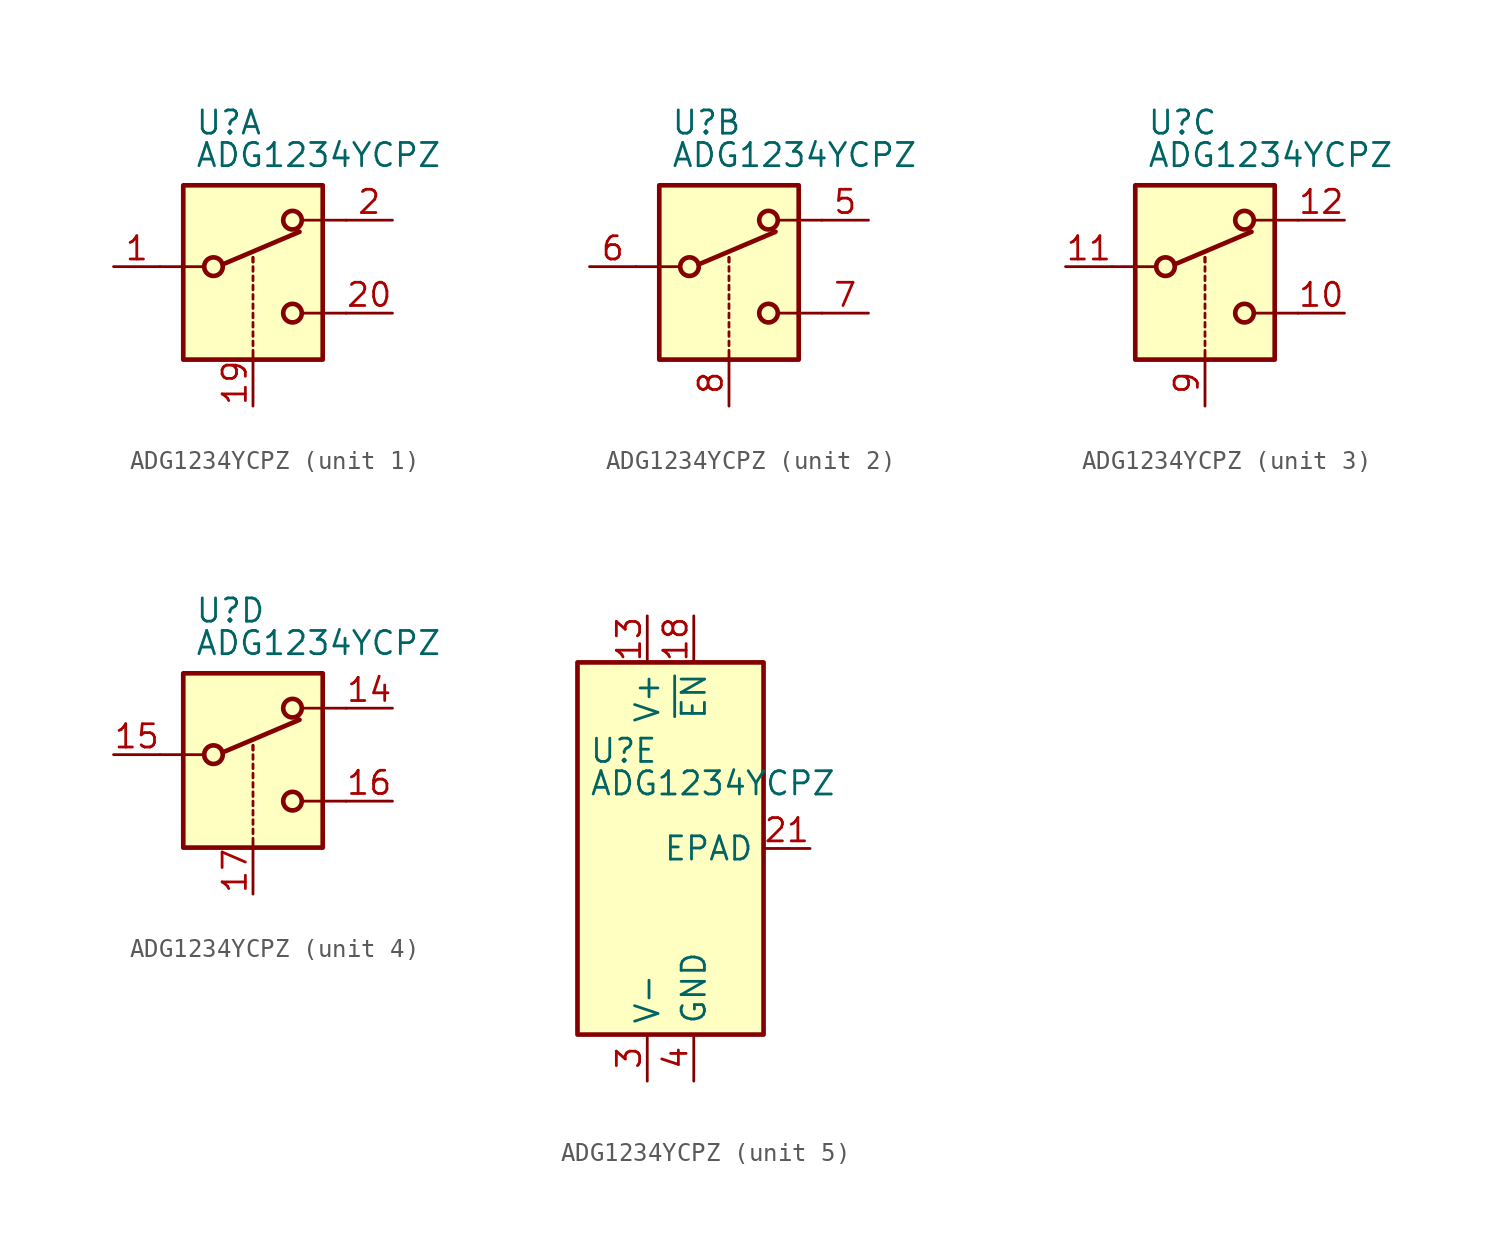
<source format=kicad_sym>
(kicad_symbol_lib
  (version 20220914)
  (generator kicad_symbol_editor)
  (symbol "ADG1234YCPZ"
    (property "Reference" "U"
      (at -3.175 5.334 0)
      (effects (font (size 1.27 1.27)) (justify left)))
    (property "Value" "ADG1234YCPZ"
      (at -3.175 3.556 0)
      (effects (font (size 1.27 1.27)) (justify left)))
    (property "ki_locked" ""
      (at 0 0 0)
      (effects (font (size 1.27 1.27))))
    (symbol "ADG1234YCPZ_1_1"
      (rectangle (start -3.81 1.905) (end 3.81 -7.62) (stroke (width 0.254) (type default)) (fill (type background)))
      (circle (center -2.159 -2.54) (radius 0.508) (stroke (width 0.254) (type default)) (fill (type none)))
      (polyline (pts (xy -5.08 -2.54) (xy -2.794 -2.54)) (stroke (width 0) (type default)) (fill (type none)))
      (polyline (pts (xy -1.651 -2.413) (xy 2.54 -0.635)) (stroke (width 0.254) (type default)) (fill (type none)))
      (polyline (pts (xy 0 -7.62) (xy 0 -7.112)) (stroke (width 0) (type default)) (fill (type none)))
      (polyline (pts (xy 0 -6.858) (xy 0 -6.604)) (stroke (width 0) (type default)) (fill (type none)))
      (polyline (pts (xy 0 -6.35) (xy 0 -6.096)) (stroke (width 0) (type default)) (fill (type none)))
      (polyline (pts (xy 0 -5.842) (xy 0 -5.588)) (stroke (width 0) (type default)) (fill (type none)))
      (polyline (pts (xy 0 -5.334) (xy 0 -5.08)) (stroke (width 0) (type default)) (fill (type none)))
      (polyline (pts (xy 0 -4.826) (xy 0 -4.572)) (stroke (width 0) (type default)) (fill (type none)))
      (polyline (pts (xy 0 -4.318) (xy 0 -4.064)) (stroke (width 0) (type default)) (fill (type none)))
      (polyline (pts (xy 0 -3.81) (xy 0 -3.556)) (stroke (width 0) (type default)) (fill (type none)))
      (polyline (pts (xy 0 -3.302) (xy 0 -3.048)) (stroke (width 0) (type default)) (fill (type none)))
      (polyline (pts (xy 0 -2.794) (xy 0 -2.54)) (stroke (width 0) (type default)) (fill (type none)))
      (polyline (pts (xy 0 -2.286) (xy 0 -2.032)) (stroke (width 0) (type default)) (fill (type none)))
      (polyline (pts (xy 0 -2.286) (xy 0 -2.032)) (stroke (width 0) (type default)) (fill (type none)))
      (polyline (pts (xy 5.08 -5.08) (xy 2.794 -5.08)) (stroke (width 0) (type default)) (fill (type none)))
      (polyline (pts (xy 5.08 0) (xy 2.794 0)) (stroke (width 0) (type default)) (fill (type none)))
      (circle (center 2.159 -5.08) (radius 0.508) (stroke (width 0.254) (type default)) (fill (type none)))
      (circle (center 2.159 0) (radius 0.508) (stroke (width 0.254) (type default)) (fill (type none)))
      (pin passive line (at -7.62 -2.54 0) (length 2.54) (name "~" (effects (font (size 1.27 1.27)))) (number "1" (effects (font (size 1.27 1.27)))))
      (pin input line (at 0 -10.16 90) (length 2.54) (name "~" (effects (font (size 1.27 1.27)))) (number "19" (effects (font (size 1.27 1.27)))))
      (pin passive line (at 7.62 0 180) (length 2.54) (name "~" (effects (font (size 1.27 1.27)))) (number "2" (effects (font (size 1.27 1.27)))))
      (pin passive line (at 7.62 -5.08 180) (length 2.54) (name "~" (effects (font (size 1.27 1.27)))) (number "20" (effects (font (size 1.27 1.27))))))
    (symbol "ADG1234YCPZ_2_1"
      (rectangle (start -3.81 1.905) (end 3.81 -7.62) (stroke (width 0.254) (type default)) (fill (type background)))
      (circle (center -2.159 -2.54) (radius 0.508) (stroke (width 0.254) (type default)) (fill (type none)))
      (polyline (pts (xy -5.08 -2.54) (xy -2.794 -2.54)) (stroke (width 0) (type default)) (fill (type none)))
      (polyline (pts (xy -1.651 -2.413) (xy 2.54 -0.635)) (stroke (width 0.254) (type default)) (fill (type none)))
      (polyline (pts (xy 0 -7.62) (xy 0 -7.112)) (stroke (width 0) (type default)) (fill (type none)))
      (polyline (pts (xy 0 -6.858) (xy 0 -6.604)) (stroke (width 0) (type default)) (fill (type none)))
      (polyline (pts (xy 0 -6.35) (xy 0 -6.096)) (stroke (width 0) (type default)) (fill (type none)))
      (polyline (pts (xy 0 -5.842) (xy 0 -5.588)) (stroke (width 0) (type default)) (fill (type none)))
      (polyline (pts (xy 0 -5.334) (xy 0 -5.08)) (stroke (width 0) (type default)) (fill (type none)))
      (polyline (pts (xy 0 -4.826) (xy 0 -4.572)) (stroke (width 0) (type default)) (fill (type none)))
      (polyline (pts (xy 0 -4.318) (xy 0 -4.064)) (stroke (width 0) (type default)) (fill (type none)))
      (polyline (pts (xy 0 -3.81) (xy 0 -3.556)) (stroke (width 0) (type default)) (fill (type none)))
      (polyline (pts (xy 0 -3.302) (xy 0 -3.048)) (stroke (width 0) (type default)) (fill (type none)))
      (polyline (pts (xy 0 -2.794) (xy 0 -2.54)) (stroke (width 0) (type default)) (fill (type none)))
      (polyline (pts (xy 0 -2.286) (xy 0 -2.032)) (stroke (width 0) (type default)) (fill (type none)))
      (polyline (pts (xy 0 -2.286) (xy 0 -2.032)) (stroke (width 0) (type default)) (fill (type none)))
      (polyline (pts (xy 5.08 -5.08) (xy 2.794 -5.08)) (stroke (width 0) (type default)) (fill (type none)))
      (polyline (pts (xy 5.08 0) (xy 2.794 0)) (stroke (width 0) (type default)) (fill (type none)))
      (circle (center 2.159 -5.08) (radius 0.508) (stroke (width 0.254) (type default)) (fill (type none)))
      (circle (center 2.159 0) (radius 0.508) (stroke (width 0.254) (type default)) (fill (type none)))
      (pin passive line (at 7.62 0 180) (length 2.54) (name "~" (effects (font (size 1.27 1.27)))) (number "5" (effects (font (size 1.27 1.27)))))
      (pin passive line (at -7.62 -2.54 0) (length 2.54) (name "~" (effects (font (size 1.27 1.27)))) (number "6" (effects (font (size 1.27 1.27)))))
      (pin passive line (at 7.62 -5.08 180) (length 2.54) (name "~" (effects (font (size 1.27 1.27)))) (number "7" (effects (font (size 1.27 1.27)))))
      (pin input line (at 0 -10.16 90) (length 2.54) (name "~" (effects (font (size 1.27 1.27)))) (number "8" (effects (font (size 1.27 1.27))))))
    (symbol "ADG1234YCPZ_3_1"
      (rectangle (start -3.81 1.905) (end 3.81 -7.62) (stroke (width 0.254) (type default)) (fill (type background)))
      (circle (center -2.159 -2.54) (radius 0.508) (stroke (width 0.254) (type default)) (fill (type none)))
      (polyline (pts (xy -5.08 -2.54) (xy -2.794 -2.54)) (stroke (width 0) (type default)) (fill (type none)))
      (polyline (pts (xy -1.651 -2.413) (xy 2.54 -0.635)) (stroke (width 0.254) (type default)) (fill (type none)))
      (polyline (pts (xy 0 -7.62) (xy 0 -7.112)) (stroke (width 0) (type default)) (fill (type none)))
      (polyline (pts (xy 0 -6.858) (xy 0 -6.604)) (stroke (width 0) (type default)) (fill (type none)))
      (polyline (pts (xy 0 -6.35) (xy 0 -6.096)) (stroke (width 0) (type default)) (fill (type none)))
      (polyline (pts (xy 0 -5.842) (xy 0 -5.588)) (stroke (width 0) (type default)) (fill (type none)))
      (polyline (pts (xy 0 -5.334) (xy 0 -5.08)) (stroke (width 0) (type default)) (fill (type none)))
      (polyline (pts (xy 0 -4.826) (xy 0 -4.572)) (stroke (width 0) (type default)) (fill (type none)))
      (polyline (pts (xy 0 -4.318) (xy 0 -4.064)) (stroke (width 0) (type default)) (fill (type none)))
      (polyline (pts (xy 0 -3.81) (xy 0 -3.556)) (stroke (width 0) (type default)) (fill (type none)))
      (polyline (pts (xy 0 -3.302) (xy 0 -3.048)) (stroke (width 0) (type default)) (fill (type none)))
      (polyline (pts (xy 0 -2.794) (xy 0 -2.54)) (stroke (width 0) (type default)) (fill (type none)))
      (polyline (pts (xy 0 -2.286) (xy 0 -2.032)) (stroke (width 0) (type default)) (fill (type none)))
      (polyline (pts (xy 0 -2.286) (xy 0 -2.032)) (stroke (width 0) (type default)) (fill (type none)))
      (polyline (pts (xy 5.08 -5.08) (xy 2.794 -5.08)) (stroke (width 0) (type default)) (fill (type none)))
      (polyline (pts (xy 5.08 0) (xy 2.794 0)) (stroke (width 0) (type default)) (fill (type none)))
      (circle (center 2.159 -5.08) (radius 0.508) (stroke (width 0.254) (type default)) (fill (type none)))
      (circle (center 2.159 0) (radius 0.508) (stroke (width 0.254) (type default)) (fill (type none)))
      (pin passive line (at 7.62 -5.08 180) (length 2.54) (name "~" (effects (font (size 1.27 1.27)))) (number "10" (effects (font (size 1.27 1.27)))))
      (pin passive line (at -7.62 -2.54 0) (length 2.54) (name "~" (effects (font (size 1.27 1.27)))) (number "11" (effects (font (size 1.27 1.27)))))
      (pin passive line (at 7.62 0 180) (length 2.54) (name "~" (effects (font (size 1.27 1.27)))) (number "12" (effects (font (size 1.27 1.27)))))
      (pin input line (at 0 -10.16 90) (length 2.54) (name "~" (effects (font (size 1.27 1.27)))) (number "9" (effects (font (size 1.27 1.27))))))
    (symbol "ADG1234YCPZ_4_1"
      (rectangle (start -3.81 1.905) (end 3.81 -7.62) (stroke (width 0.254) (type default)) (fill (type background)))
      (circle (center -2.159 -2.54) (radius 0.508) (stroke (width 0.254) (type default)) (fill (type none)))
      (polyline (pts (xy -5.08 -2.54) (xy -2.794 -2.54)) (stroke (width 0) (type default)) (fill (type none)))
      (polyline (pts (xy -1.651 -2.413) (xy 2.54 -0.635)) (stroke (width 0.254) (type default)) (fill (type none)))
      (polyline (pts (xy 0 -7.62) (xy 0 -7.112)) (stroke (width 0) (type default)) (fill (type none)))
      (polyline (pts (xy 0 -6.858) (xy 0 -6.604)) (stroke (width 0) (type default)) (fill (type none)))
      (polyline (pts (xy 0 -6.35) (xy 0 -6.096)) (stroke (width 0) (type default)) (fill (type none)))
      (polyline (pts (xy 0 -5.842) (xy 0 -5.588)) (stroke (width 0) (type default)) (fill (type none)))
      (polyline (pts (xy 0 -5.334) (xy 0 -5.08)) (stroke (width 0) (type default)) (fill (type none)))
      (polyline (pts (xy 0 -4.826) (xy 0 -4.572)) (stroke (width 0) (type default)) (fill (type none)))
      (polyline (pts (xy 0 -4.318) (xy 0 -4.064)) (stroke (width 0) (type default)) (fill (type none)))
      (polyline (pts (xy 0 -3.81) (xy 0 -3.556)) (stroke (width 0) (type default)) (fill (type none)))
      (polyline (pts (xy 0 -3.302) (xy 0 -3.048)) (stroke (width 0) (type default)) (fill (type none)))
      (polyline (pts (xy 0 -2.794) (xy 0 -2.54)) (stroke (width 0) (type default)) (fill (type none)))
      (polyline (pts (xy 0 -2.286) (xy 0 -2.032)) (stroke (width 0) (type default)) (fill (type none)))
      (polyline (pts (xy 0 -2.286) (xy 0 -2.032)) (stroke (width 0) (type default)) (fill (type none)))
      (polyline (pts (xy 5.08 -5.08) (xy 2.794 -5.08)) (stroke (width 0) (type default)) (fill (type none)))
      (polyline (pts (xy 5.08 0) (xy 2.794 0)) (stroke (width 0) (type default)) (fill (type none)))
      (circle (center 2.159 -5.08) (radius 0.508) (stroke (width 0.254) (type default)) (fill (type none)))
      (circle (center 2.159 0) (radius 0.508) (stroke (width 0.254) (type default)) (fill (type none)))
      (pin passive line (at 7.62 0 180) (length 2.54) (name "~" (effects (font (size 1.27 1.27)))) (number "14" (effects (font (size 1.27 1.27)))))
      (pin passive line (at -7.62 -2.54 0) (length 2.54) (name "~" (effects (font (size 1.27 1.27)))) (number "15" (effects (font (size 1.27 1.27)))))
      (pin passive line (at 7.62 -5.08 180) (length 2.54) (name "~" (effects (font (size 1.27 1.27)))) (number "16" (effects (font (size 1.27 1.27)))))
      (pin input line (at 0 -10.16 90) (length 2.54) (name "~" (effects (font (size 1.27 1.27)))) (number "17" (effects (font (size 1.27 1.27))))))
    (symbol "ADG1234YCPZ_5_0"
      (pin power_in line (at 0 12.7 270) (length 2.54) (name "V+" (effects (font (size 1.27 1.27)))) (number "13" (effects (font (size 1.27 1.27)))))
      (pin power_in line (at 0 -12.7 90) (length 2.54) (name "V-" (effects (font (size 1.27 1.27)))) (number "3" (effects (font (size 1.27 1.27)))))
      (pin power_in line (at 2.54 -12.7 90) (length 2.54) (name "GND" (effects (font (size 1.27 1.27)))) (number "4" (effects (font (size 1.27 1.27))))))
    (symbol "ADG1234YCPZ_5_1"
      (rectangle (start -3.81 10.16) (end 6.35 -10.16) (stroke (width 0.254) (type default)) (fill (type background)))
      (pin input line (at 2.54 12.7 270) (length 2.54) (name "~{EN}" (effects (font (size 1.27 1.27)))) (number "18" (effects (font (size 1.27 1.27)))))
      (pin input line (at 8.89 0 180) (length 2.54) (name "EPAD" (effects (font (size 1.27 1.27)))) (number "21" (effects (font (size 1.27 1.27))))))))
</source>
